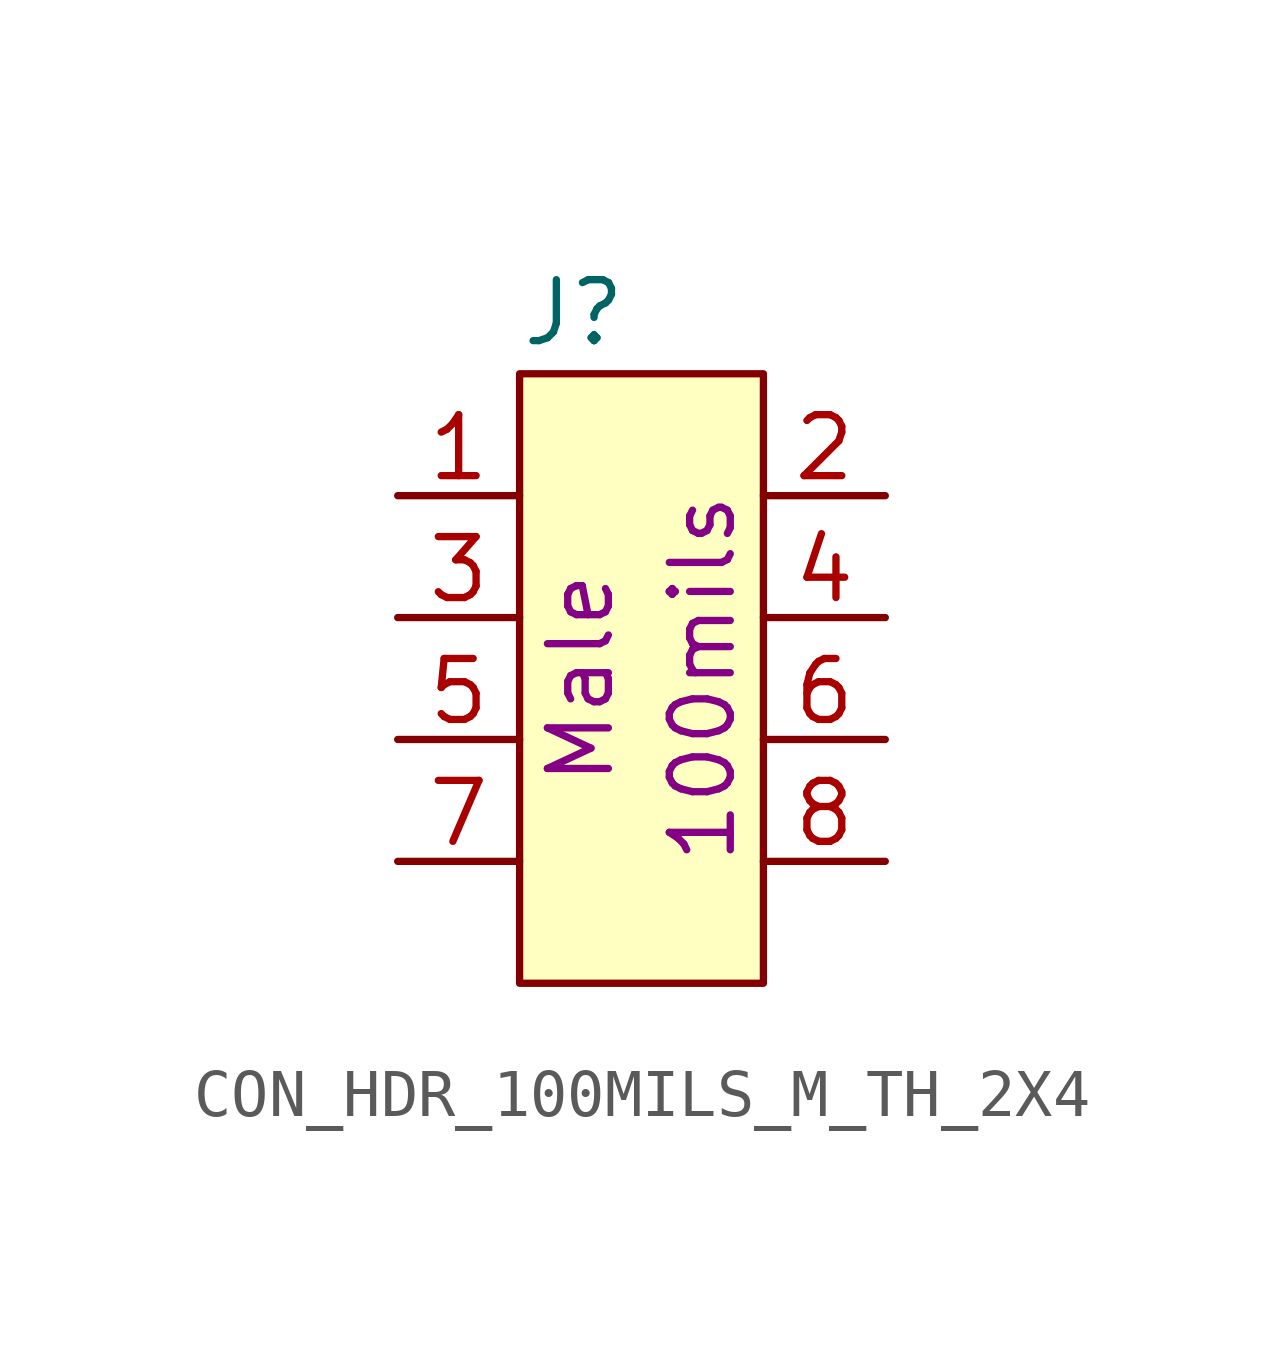
<source format=kicad_sym>
(kicad_symbol_lib
  (version 20211014)
  (generator kicad_symbol_editor)
  (symbol "CON_HDR_100MILS_M_TH_2X4"
    (pin_names
      (offset 1.27) hide)
    (property "Reference" "J"
      (at 0 1.27 0)
      (effects (font (size 1.27 1.27)) (justify left)))
    (property "Property" "100mils"
      (at 3.81 -6.35 90)
      (effects (font (size 1.27 1.27))))
    (property "Note" "Male"
      (at 1.27 -6.35 90)
      (effects (font (size 1.27 1.27))))
    (symbol "CON_HDR_100MILS_M_TH_2X4_0_1"
      (rectangle (start 0 0) (end 5.08 -12.7) (stroke (width 0) (type default) (color 0 0 0 0)) (fill (type background))))
    (symbol "CON_HDR_100MILS_M_TH_2X4_1_1"
      (pin passive line (at -2.54 -2.54 0) (length 2.54) (name "1" (effects (font (size 1.27 1.27)))) (number "1" (effects (font (size 1.27 1.27)))))
      (pin passive line (at 7.62 -2.54 180) (length 2.54) (name "2" (effects (font (size 1.27 1.27)))) (number "2" (effects (font (size 1.27 1.27)))))
      (pin passive line (at -2.54 -5.08 0) (length 2.54) (name "3" (effects (font (size 1.27 1.27)))) (number "3" (effects (font (size 1.27 1.27)))))
      (pin passive line (at 7.62 -5.08 180) (length 2.54) (name "4" (effects (font (size 1.27 1.27)))) (number "4" (effects (font (size 1.27 1.27)))))
      (pin passive line (at -2.54 -7.62 0) (length 2.54) (name "5" (effects (font (size 1.27 1.27)))) (number "5" (effects (font (size 1.27 1.27)))))
      (pin passive line (at 7.62 -7.62 180) (length 2.54) (name "6" (effects (font (size 1.27 1.27)))) (number "6" (effects (font (size 1.27 1.27)))))
      (pin passive line (at -2.54 -10.16 0) (length 2.54) (name "7" (effects (font (size 1.27 1.27)))) (number "7" (effects (font (size 1.27 1.27)))))
      (pin passive line (at 7.62 -10.16 180) (length 2.54) (name "8" (effects (font (size 1.27 1.27)))) (number "8" (effects (font (size 1.27 1.27))))))))
</source>
